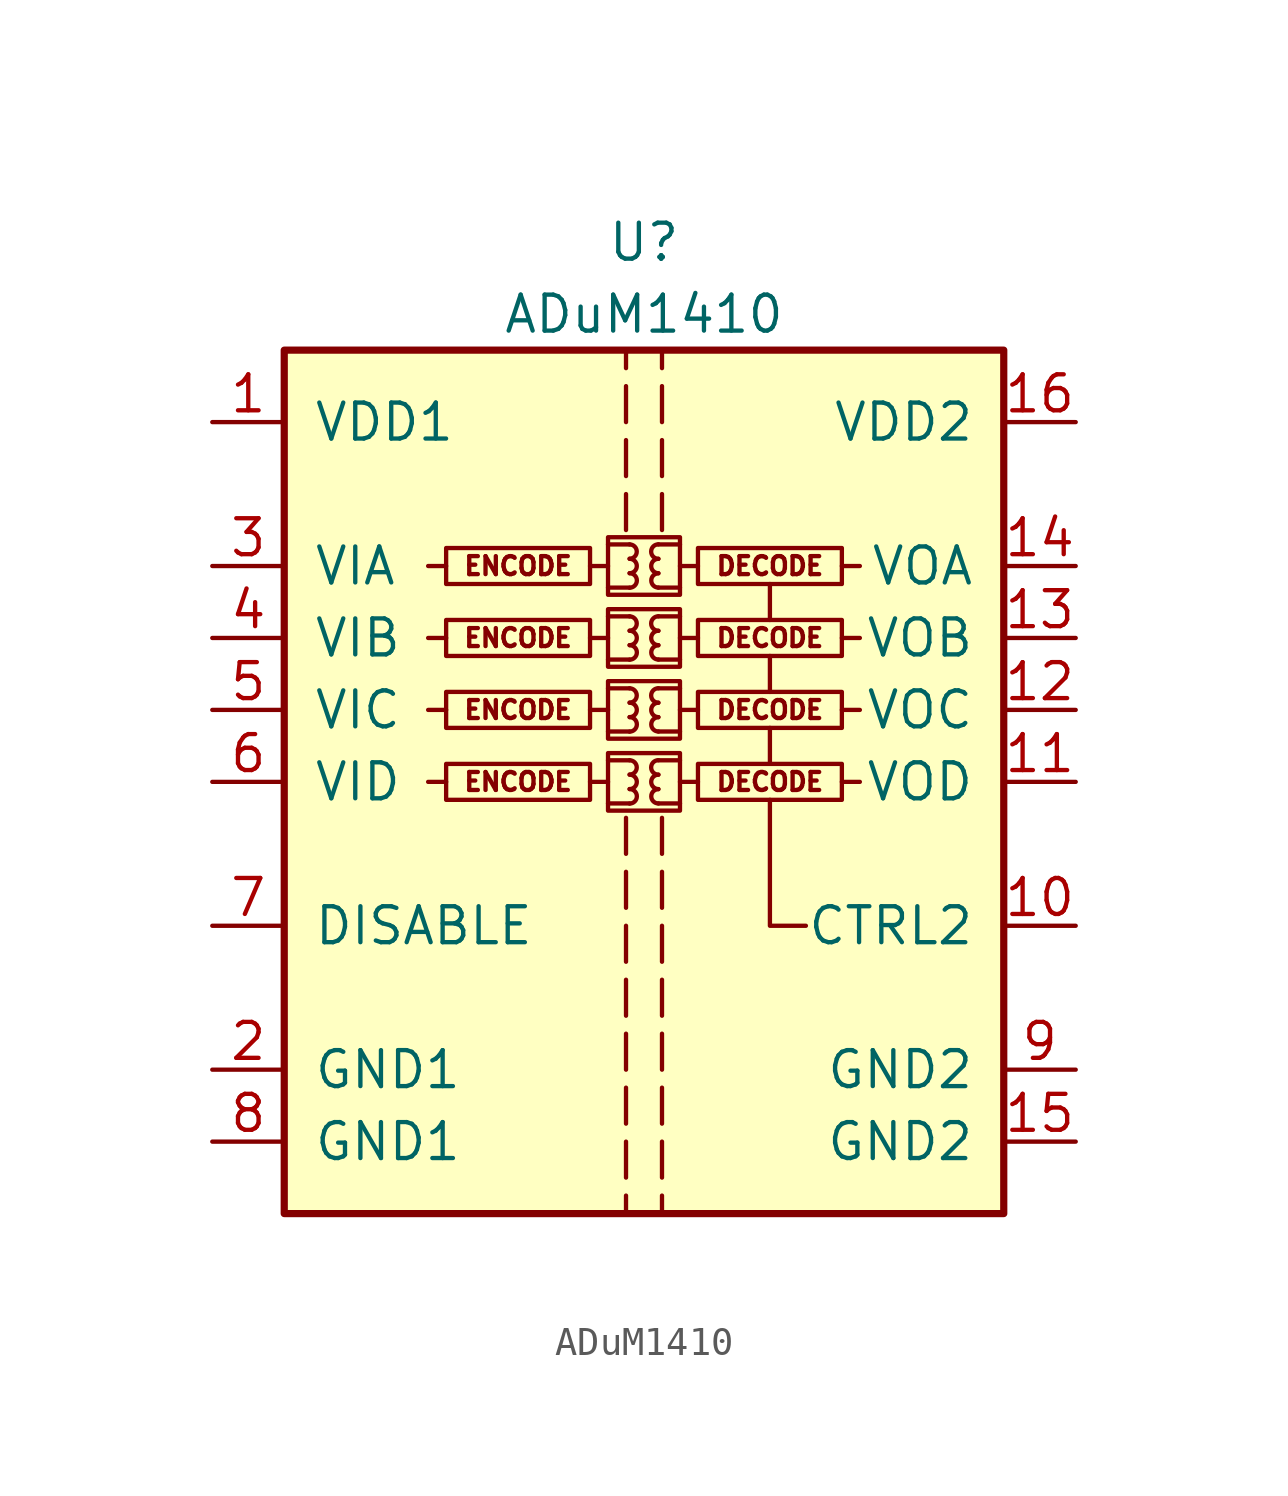
<source format=kicad_sym>
(kicad_symbol_lib
  (version 20220914)
  (generator kicad_symbol_editor)
  (symbol "ADuM1410"
    (pin_names
      (offset 1.016))
    (property "Reference" "U"
      (at 0 19.05 0)
      (effects (font (size 1.27 1.27))))
    (property "Value" "ADuM1410"
      (at 0 16.51 0)
      (effects (font (size 1.27 1.27))))
    (symbol "ADuM1410_0_0"
      (rectangle (start -1.905 0.635) (end -6.985 -0.635) (stroke (width 0) (type default)) (fill (type none)))
      (rectangle (start -1.27 1.016) (end 1.27 -1.016) (stroke (width 0) (type default)) (fill (type none)))
      (rectangle (start -1.27 3.556) (end 1.27 1.524) (stroke (width 0) (type default)) (fill (type none)))
      (rectangle (start -1.27 6.096) (end 1.27 4.064) (stroke (width 0) (type default)) (fill (type none)))
      (rectangle (start -1.27 8.636) (end 1.27 6.604) (stroke (width 0) (type default)) (fill (type none)))
      (arc (start -0.508 -0.762) (mid -0.2551 -0.508) (end -0.508 -0.254) (stroke (width 0) (type default)) (fill (type none)))
      (arc (start -0.508 -0.254) (mid -0.2551 0) (end -0.508 0.254) (stroke (width 0) (type default)) (fill (type none)))
      (arc (start -0.508 0.254) (mid -0.2551 0.508) (end -0.508 0.762) (stroke (width 0) (type default)) (fill (type none)))
      (arc (start -0.508 1.778) (mid -0.2551 2.032) (end -0.508 2.286) (stroke (width 0) (type default)) (fill (type none)))
      (arc (start -0.508 2.286) (mid -0.2551 2.54) (end -0.508 2.794) (stroke (width 0) (type default)) (fill (type none)))
      (arc (start -0.508 2.794) (mid -0.2551 3.048) (end -0.508 3.302) (stroke (width 0) (type default)) (fill (type none)))
      (arc (start -0.508 4.318) (mid -0.2551 4.572) (end -0.508 4.826) (stroke (width 0) (type default)) (fill (type none)))
      (arc (start -0.508 4.826) (mid -0.2551 5.08) (end -0.508 5.334) (stroke (width 0) (type default)) (fill (type none)))
      (arc (start -0.508 5.334) (mid -0.2551 5.588) (end -0.508 5.842) (stroke (width 0) (type default)) (fill (type none)))
      (arc (start -0.508 6.858) (mid -0.2551 7.112) (end -0.508 7.366) (stroke (width 0) (type default)) (fill (type none)))
      (arc (start -0.508 7.366) (mid -0.2551 7.62) (end -0.508 7.874) (stroke (width 0) (type default)) (fill (type none)))
      (arc (start -0.508 7.874) (mid -0.2551 8.128) (end -0.508 8.382) (stroke (width 0) (type default)) (fill (type none)))
      (polyline (pts (xy -6.985 0) (xy -7.62 0)) (stroke (width 0) (type default)) (fill (type none)))
      (polyline (pts (xy -6.985 2.54) (xy -7.62 2.54)) (stroke (width 0) (type default)) (fill (type none)))
      (polyline (pts (xy -6.985 5.08) (xy -7.62 5.08)) (stroke (width 0) (type default)) (fill (type none)))
      (polyline (pts (xy -6.985 7.62) (xy -7.62 7.62)) (stroke (width 0) (type default)) (fill (type none)))
      (polyline (pts (xy -1.905 0) (xy -1.27 0)) (stroke (width 0) (type default)) (fill (type none)))
      (polyline (pts (xy -1.905 2.54) (xy -1.27 2.54)) (stroke (width 0) (type default)) (fill (type none)))
      (polyline (pts (xy -1.905 5.08) (xy -1.27 5.08)) (stroke (width 0) (type default)) (fill (type none)))
      (polyline (pts (xy -1.905 7.62) (xy -1.27 7.62)) (stroke (width 0) (type default)) (fill (type none)))
      (polyline (pts (xy -1.27 -0.762) (xy -0.508 -0.762)) (stroke (width 0) (type default)) (fill (type none)))
      (polyline (pts (xy -1.27 0.762) (xy -0.508 0.762)) (stroke (width 0) (type default)) (fill (type none)))
      (polyline (pts (xy -1.27 1.778) (xy -0.508 1.778)) (stroke (width 0) (type default)) (fill (type none)))
      (polyline (pts (xy -1.27 3.302) (xy -0.508 3.302)) (stroke (width 0) (type default)) (fill (type none)))
      (polyline (pts (xy -1.27 4.318) (xy -0.508 4.318)) (stroke (width 0) (type default)) (fill (type none)))
      (polyline (pts (xy -1.27 5.842) (xy -0.508 5.842)) (stroke (width 0) (type default)) (fill (type none)))
      (polyline (pts (xy -1.27 6.858) (xy -0.508 6.858)) (stroke (width 0) (type default)) (fill (type none)))
      (polyline (pts (xy -1.27 8.382) (xy -0.508 8.382)) (stroke (width 0) (type default)) (fill (type none)))
      (polyline (pts (xy -0.635 -10.795) (xy -0.635 -12.065)) (stroke (width 0) (type default)) (fill (type none)))
      (polyline (pts (xy -0.635 -8.89) (xy -0.635 -10.16)) (stroke (width 0) (type default)) (fill (type none)))
      (polyline (pts (xy -0.635 -6.985) (xy -0.635 -8.255)) (stroke (width 0) (type default)) (fill (type none)))
      (polyline (pts (xy -0.635 -5.08) (xy -0.635 -6.35)) (stroke (width 0) (type default)) (fill (type none)))
      (polyline (pts (xy -0.635 -3.175) (xy -0.635 -4.445)) (stroke (width 0) (type default)) (fill (type none)))
      (polyline (pts (xy -0.635 -1.27) (xy -0.635 -2.54)) (stroke (width 0) (type default)) (fill (type none)))
      (polyline (pts (xy -0.635 8.89) (xy -0.635 10.16)) (stroke (width 0) (type default)) (fill (type none)))
      (polyline (pts (xy -0.635 10.795) (xy -0.635 12.065)) (stroke (width 0) (type default)) (fill (type none)))
      (polyline (pts (xy -0.635 12.7) (xy -0.635 13.97)) (stroke (width 0) (type default)) (fill (type none)))
      (polyline (pts (xy -0.635 15.24) (xy -0.635 14.605)) (stroke (width 0) (type default)) (fill (type none)))
      (polyline (pts (xy 0.635 -10.795) (xy 0.635 -12.065)) (stroke (width 0) (type default)) (fill (type none)))
      (polyline (pts (xy 0.635 -8.89) (xy 0.635 -10.16)) (stroke (width 0) (type default)) (fill (type none)))
      (polyline (pts (xy 0.635 -6.985) (xy 0.635 -8.255)) (stroke (width 0) (type default)) (fill (type none)))
      (polyline (pts (xy 0.635 -5.08) (xy 0.635 -6.35)) (stroke (width 0) (type default)) (fill (type none)))
      (polyline (pts (xy 0.635 -3.175) (xy 0.635 -4.445)) (stroke (width 0) (type default)) (fill (type none)))
      (polyline (pts (xy 0.635 -1.27) (xy 0.635 -2.54)) (stroke (width 0) (type default)) (fill (type none)))
      (polyline (pts (xy 0.635 8.89) (xy 0.635 10.16)) (stroke (width 0) (type default)) (fill (type none)))
      (polyline (pts (xy 0.635 12.065) (xy 0.635 10.795)) (stroke (width 0) (type default)) (fill (type none)))
      (polyline (pts (xy 0.635 13.97) (xy 0.635 12.7)) (stroke (width 0) (type default)) (fill (type none)))
      (polyline (pts (xy 0.635 14.605) (xy 0.635 15.24)) (stroke (width 0) (type default)) (fill (type none)))
      (polyline (pts (xy 1.27 -0.762) (xy 0.508 -0.762)) (stroke (width 0) (type default)) (fill (type none)))
      (polyline (pts (xy 1.27 0.762) (xy 0.508 0.762)) (stroke (width 0) (type default)) (fill (type none)))
      (polyline (pts (xy 1.27 1.778) (xy 0.508 1.778)) (stroke (width 0) (type default)) (fill (type none)))
      (polyline (pts (xy 1.27 3.302) (xy 0.508 3.302)) (stroke (width 0) (type default)) (fill (type none)))
      (polyline (pts (xy 1.27 4.318) (xy 0.508 4.318)) (stroke (width 0) (type default)) (fill (type none)))
      (polyline (pts (xy 1.27 5.842) (xy 0.508 5.842)) (stroke (width 0) (type default)) (fill (type none)))
      (polyline (pts (xy 1.27 6.858) (xy 0.508 6.858)) (stroke (width 0) (type default)) (fill (type none)))
      (polyline (pts (xy 1.27 8.382) (xy 0.508 8.382)) (stroke (width 0) (type default)) (fill (type none)))
      (polyline (pts (xy 1.905 0) (xy 1.27 0)) (stroke (width 0) (type default)) (fill (type none)))
      (polyline (pts (xy 1.905 2.54) (xy 1.27 2.54)) (stroke (width 0) (type default)) (fill (type none)))
      (polyline (pts (xy 1.905 5.08) (xy 1.27 5.08)) (stroke (width 0) (type default)) (fill (type none)))
      (polyline (pts (xy 1.905 7.62) (xy 1.27 7.62)) (stroke (width 0) (type default)) (fill (type none)))
      (polyline (pts (xy 4.445 0.635) (xy 4.445 1.905)) (stroke (width 0) (type default)) (fill (type none)))
      (polyline (pts (xy 4.445 3.175) (xy 4.445 4.445)) (stroke (width 0) (type default)) (fill (type none)))
      (polyline (pts (xy 4.445 5.715) (xy 4.445 6.985)) (stroke (width 0) (type default)) (fill (type none)))
      (polyline (pts (xy 6.985 0) (xy 7.62 0)) (stroke (width 0) (type default)) (fill (type none)))
      (polyline (pts (xy 6.985 2.54) (xy 7.62 2.54)) (stroke (width 0) (type default)) (fill (type none)))
      (polyline (pts (xy 6.985 5.08) (xy 7.62 5.08)) (stroke (width 0) (type default)) (fill (type none)))
      (polyline (pts (xy 6.985 7.62) (xy 7.62 7.62)) (stroke (width 0) (type default)) (fill (type none)))
      (polyline (pts (xy 5.715 -5.08) (xy 4.445 -5.08) (xy 4.445 -0.635)) (stroke (width 0) (type default)) (fill (type none)))
      (arc (start 0.508 -0.254) (mid 0.2551 -0.508) (end 0.508 -0.762) (stroke (width 0) (type default)) (fill (type none)))
      (arc (start 0.508 0.254) (mid 0.2551 0) (end 0.508 -0.254) (stroke (width 0) (type default)) (fill (type none)))
      (arc (start 0.508 0.762) (mid 0.2551 0.508) (end 0.508 0.254) (stroke (width 0) (type default)) (fill (type none)))
      (arc (start 0.508 2.286) (mid 0.2551 2.032) (end 0.508 1.778) (stroke (width 0) (type default)) (fill (type none)))
      (arc (start 0.508 2.794) (mid 0.2551 2.54) (end 0.508 2.286) (stroke (width 0) (type default)) (fill (type none)))
      (arc (start 0.508 3.302) (mid 0.2551 3.048) (end 0.508 2.794) (stroke (width 0) (type default)) (fill (type none)))
      (arc (start 0.508 4.826) (mid 0.2551 4.572) (end 0.508 4.318) (stroke (width 0) (type default)) (fill (type none)))
      (arc (start 0.508 5.334) (mid 0.2551 5.08) (end 0.508 4.826) (stroke (width 0) (type default)) (fill (type none)))
      (arc (start 0.508 5.842) (mid 0.2551 5.588) (end 0.508 5.334) (stroke (width 0) (type default)) (fill (type none)))
      (arc (start 0.508 7.366) (mid 0.2551 7.112) (end 0.508 6.858) (stroke (width 0) (type default)) (fill (type none)))
      (arc (start 0.508 7.874) (mid 0.2551 7.62) (end 0.508 7.366) (stroke (width 0) (type default)) (fill (type none)))
      (arc (start 0.508 8.382) (mid 0.2551 8.128) (end 0.508 7.874) (stroke (width 0) (type default)) (fill (type none)))
      (rectangle (start 1.905 0.635) (end 6.985 -0.635) (stroke (width 0) (type default)) (fill (type none)))
      (rectangle (start 1.905 3.175) (end 6.985 1.905) (stroke (width 0) (type default)) (fill (type none)))
      (rectangle (start 1.905 5.715) (end 6.985 4.445) (stroke (width 0) (type default)) (fill (type none)))
      (rectangle (start 1.905 8.255) (end 6.985 6.985) (stroke (width 0) (type default)) (fill (type none)))
      (text "DECODE" (at 4.445 0 0) (effects (font (size 0.635 0.635))))
      (text "DECODE" (at 4.445 2.54 0) (effects (font (size 0.635 0.635))))
      (text "DECODE" (at 4.445 5.08 0) (effects (font (size 0.635 0.635))))
      (text "DECODE" (at 4.445 7.62 0) (effects (font (size 0.635 0.635))))
      (text "ENCODE" (at -4.445 0 0) (effects (font (size 0.635 0.635))))
      (text "ENCODE" (at -4.445 2.54 0) (effects (font (size 0.635 0.635))))
      (text "ENCODE" (at -4.445 5.08 0) (effects (font (size 0.635 0.635))))
      (text "ENCODE" (at -4.445 7.62 0) (effects (font (size 0.635 0.635)))))
    (symbol "ADuM1410_0_1"
      (rectangle (start -12.7 15.24) (end 12.7 -15.24) (stroke (width 0.254) (type default)) (fill (type background)))
      (rectangle (start -1.905 3.175) (end -6.985 1.905) (stroke (width 0) (type default)) (fill (type none)))
      (rectangle (start -1.905 5.715) (end -6.985 4.445) (stroke (width 0) (type default)) (fill (type none)))
      (rectangle (start -1.905 8.255) (end -6.985 6.985) (stroke (width 0) (type default)) (fill (type none)))
      (polyline (pts (xy -0.635 -14.605) (xy -0.635 -15.24)) (stroke (width 0) (type default)) (fill (type none)))
      (polyline (pts (xy -0.635 -12.7) (xy -0.635 -13.97)) (stroke (width 0) (type default)) (fill (type none)))
      (polyline (pts (xy 0.635 -14.605) (xy 0.635 -15.24)) (stroke (width 0) (type default)) (fill (type none)))
      (polyline (pts (xy 0.635 -12.7) (xy 0.635 -13.97)) (stroke (width 0) (type default)) (fill (type none))))
    (symbol "ADuM1410_1_1"
      (pin power_in line (at -15.24 12.7 0) (length 2.54) (name "VDD1" (effects (font (size 1.27 1.27)))) (number "1" (effects (font (size 1.27 1.27)))))
      (pin input line (at 15.24 -5.08 180) (length 2.54) (name "CTRL2" (effects (font (size 1.27 1.27)))) (number "10" (effects (font (size 1.27 1.27)))))
      (pin output line (at 15.24 0 180) (length 2.54) (name "VOD" (effects (font (size 1.27 1.27)))) (number "11" (effects (font (size 1.27 1.27)))))
      (pin output line (at 15.24 2.54 180) (length 2.54) (name "VOC" (effects (font (size 1.27 1.27)))) (number "12" (effects (font (size 1.27 1.27)))))
      (pin output line (at 15.24 5.08 180) (length 2.54) (name "VOB" (effects (font (size 1.27 1.27)))) (number "13" (effects (font (size 1.27 1.27)))))
      (pin output line (at 15.24 7.62 180) (length 2.54) (name "VOA" (effects (font (size 1.27 1.27)))) (number "14" (effects (font (size 1.27 1.27)))))
      (pin power_in line (at 15.24 -12.7 180) (length 2.54) (name "GND2" (effects (font (size 1.27 1.27)))) (number "15" (effects (font (size 1.27 1.27)))))
      (pin power_in line (at 15.24 12.7 180) (length 2.54) (name "VDD2" (effects (font (size 1.27 1.27)))) (number "16" (effects (font (size 1.27 1.27)))))
      (pin power_in line (at -15.24 -10.16 0) (length 2.54) (name "GND1" (effects (font (size 1.27 1.27)))) (number "2" (effects (font (size 1.27 1.27)))))
      (pin input line (at -15.24 7.62 0) (length 2.54) (name "VIA" (effects (font (size 1.27 1.27)))) (number "3" (effects (font (size 1.27 1.27)))))
      (pin input line (at -15.24 5.08 0) (length 2.54) (name "VIB" (effects (font (size 1.27 1.27)))) (number "4" (effects (font (size 1.27 1.27)))))
      (pin input line (at -15.24 2.54 0) (length 2.54) (name "VIC" (effects (font (size 1.27 1.27)))) (number "5" (effects (font (size 1.27 1.27)))))
      (pin input line (at -15.24 0 0) (length 2.54) (name "VID" (effects (font (size 1.27 1.27)))) (number "6" (effects (font (size 1.27 1.27)))))
      (pin input line (at -15.24 -5.08 0) (length 2.54) (name "DISABLE" (effects (font (size 1.27 1.27)))) (number "7" (effects (font (size 1.27 1.27)))))
      (pin power_in line (at -15.24 -12.7 0) (length 2.54) (name "GND1" (effects (font (size 1.27 1.27)))) (number "8" (effects (font (size 1.27 1.27)))))
      (pin power_in line (at 15.24 -10.16 180) (length 2.54) (name "GND2" (effects (font (size 1.27 1.27)))) (number "9" (effects (font (size 1.27 1.27))))))))
</source>
